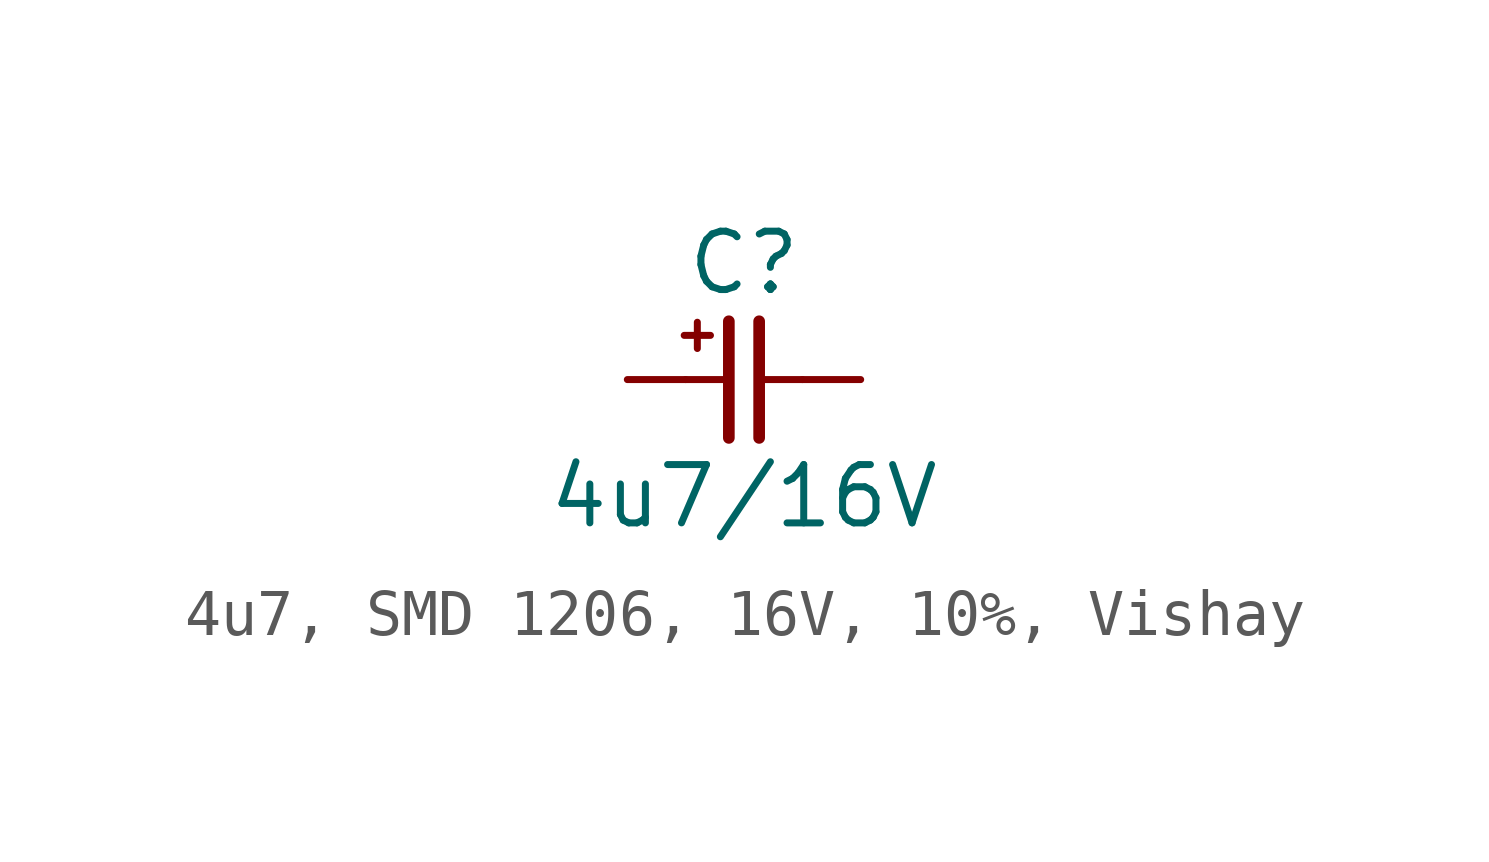
<source format=kicad_sym>
(kicad_symbol_lib
  (version 20241209)
  (generator "kicad_symbol_editor")
  (generator_version "9.0")
  (symbol "4u7, SMD 1206, 16V, 10%, Vishay"
    (pin_numbers
      (hide yes))
    (pin_names
      (offset 0)
      (hide yes))
    (property "Reference" "C"
      (at 0 2.54 0)
      (effects (font (size 1.27 1.27))))
    (property "Value" "4u7/16V"
      (at 0 -2.54 0)
      (effects (font (size 1.27 1.27))))
    (symbol "4u7, SMD 1206, 16V, 10%, Vishay_0_0"
      (text "+" (at -1.016 1.016 0) (effects (font (size 0.75 0.75)))))
    (symbol "4u7, SMD 1206, 16V, 10%, Vishay_0_1"
      (polyline (pts (xy -0.33 1.27) (xy -0.33 -1.27)) (stroke (width 0.254) (type default)) (fill (type none)))
      (polyline (pts (xy -0.318 0) (xy -1.27 0)) (stroke (width 0) (type default)) (fill (type none)))
      (polyline (pts (xy 0.33 1.27) (xy 0.33 -1.27)) (stroke (width 0.254) (type default)) (fill (type none)))
      (polyline (pts (xy 1.27 0) (xy 0.318 0)) (stroke (width 0) (type default)) (fill (type none))))
    (symbol "4u7, SMD 1206, 16V, 10%, Vishay_1_1"
      (pin passive line (at -2.54 0 0) (length 1.27) (name "1" (effects (font (size 1.27 1.27)))) (number "1" (effects (font (size 1.27 1.27)))))
      (pin passive line (at 2.54 0 180) (length 1.27) (name "2" (effects (font (size 1.27 1.27)))) (number "2" (effects (font (size 1.27 1.27))))))))
</source>
